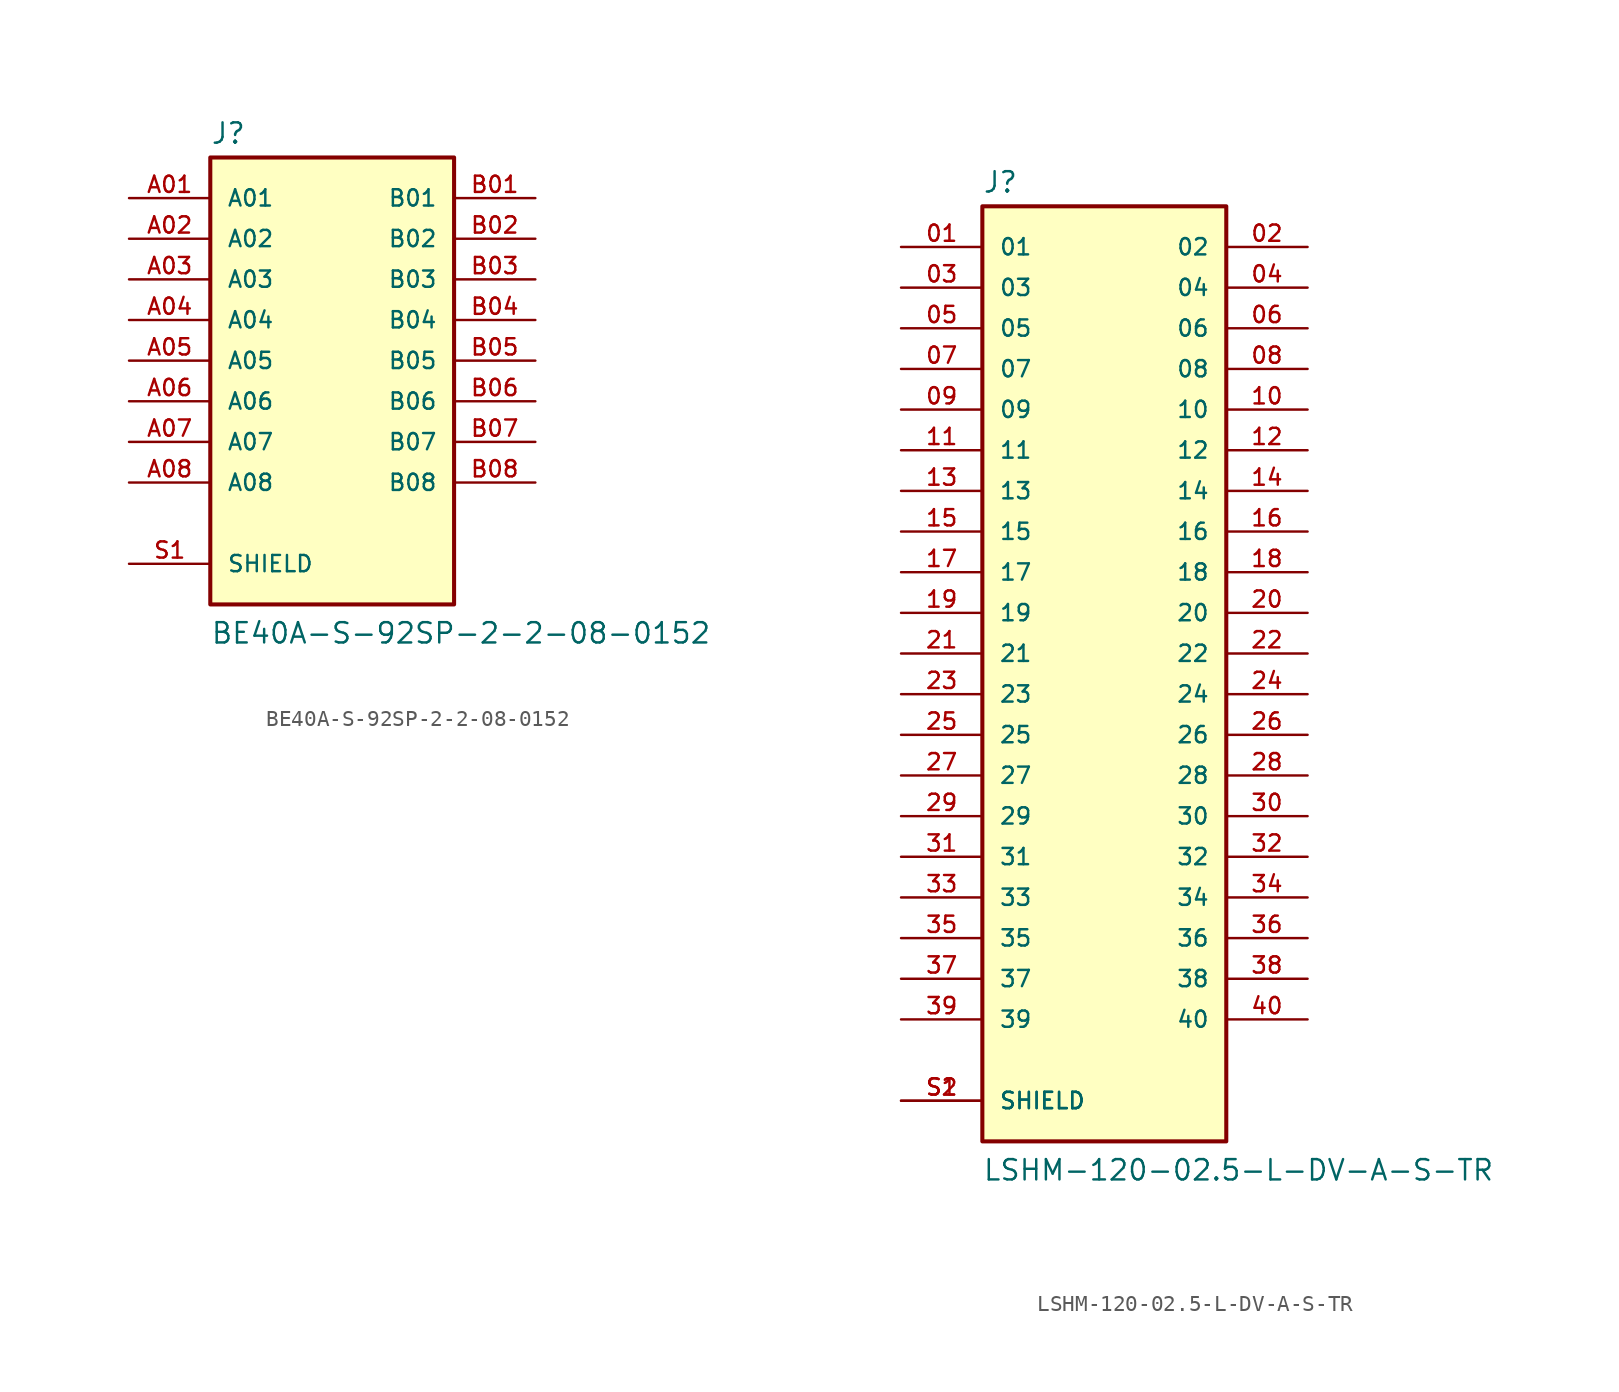
<source format=kicad_sym>
(kicad_symbol_lib
  (version 20220914)
  (generator kicad_symbol_editor)
  (symbol "BE40A-S-92SP-2-2-08-0152"
    (pin_names
      (offset 1.016))
    (property "Reference" "J"
      (at -7.62 13.462 0)
      (effects (font (size 1.27 1.27)) (justify left bottom)))
    (property "Value" "BE40A-S-92SP-2-2-08-0152"
      (at -7.62 -17.78 0)
      (effects (font (size 1.27 1.27)) (justify left bottom)))
    (symbol "BE40A-S-92SP-2-2-08-0152_0_0"
      (rectangle (start -7.62 -15.24) (end 7.62 12.7) (stroke (width 0.254) (type default)) (fill (type background)))
      (pin passive line (at -12.7 10.16 0) (length 5.08) (name "A01" (effects (font (size 1.016 1.016)))) (number "A01" (effects (font (size 1.016 1.016)))))
      (pin passive line (at -12.7 7.62 0) (length 5.08) (name "A02" (effects (font (size 1.016 1.016)))) (number "A02" (effects (font (size 1.016 1.016)))))
      (pin passive line (at -12.7 5.08 0) (length 5.08) (name "A03" (effects (font (size 1.016 1.016)))) (number "A03" (effects (font (size 1.016 1.016)))))
      (pin passive line (at -12.7 2.54 0) (length 5.08) (name "A04" (effects (font (size 1.016 1.016)))) (number "A04" (effects (font (size 1.016 1.016)))))
      (pin passive line (at -12.7 0 0) (length 5.08) (name "A05" (effects (font (size 1.016 1.016)))) (number "A05" (effects (font (size 1.016 1.016)))))
      (pin passive line (at -12.7 -2.54 0) (length 5.08) (name "A06" (effects (font (size 1.016 1.016)))) (number "A06" (effects (font (size 1.016 1.016)))))
      (pin passive line (at -12.7 -5.08 0) (length 5.08) (name "A07" (effects (font (size 1.016 1.016)))) (number "A07" (effects (font (size 1.016 1.016)))))
      (pin passive line (at -12.7 -7.62 0) (length 5.08) (name "A08" (effects (font (size 1.016 1.016)))) (number "A08" (effects (font (size 1.016 1.016)))))
      (pin passive line (at 12.7 10.16 180) (length 5.08) (name "B01" (effects (font (size 1.016 1.016)))) (number "B01" (effects (font (size 1.016 1.016)))))
      (pin passive line (at 12.7 7.62 180) (length 5.08) (name "B02" (effects (font (size 1.016 1.016)))) (number "B02" (effects (font (size 1.016 1.016)))))
      (pin passive line (at 12.7 5.08 180) (length 5.08) (name "B03" (effects (font (size 1.016 1.016)))) (number "B03" (effects (font (size 1.016 1.016)))))
      (pin passive line (at 12.7 2.54 180) (length 5.08) (name "B04" (effects (font (size 1.016 1.016)))) (number "B04" (effects (font (size 1.016 1.016)))))
      (pin passive line (at 12.7 0 180) (length 5.08) (name "B05" (effects (font (size 1.016 1.016)))) (number "B05" (effects (font (size 1.016 1.016)))))
      (pin passive line (at 12.7 -2.54 180) (length 5.08) (name "B06" (effects (font (size 1.016 1.016)))) (number "B06" (effects (font (size 1.016 1.016)))))
      (pin passive line (at 12.7 -5.08 180) (length 5.08) (name "B07" (effects (font (size 1.016 1.016)))) (number "B07" (effects (font (size 1.016 1.016)))))
      (pin passive line (at 12.7 -7.62 180) (length 5.08) (name "B08" (effects (font (size 1.016 1.016)))) (number "B08" (effects (font (size 1.016 1.016)))))
      (pin passive line (at -12.7 -12.7 0) (length 5.08) (name "SHIELD" (effects (font (size 1.016 1.016)))) (number "S1" (effects (font (size 1.016 1.016)))))))
  (symbol "LSHM-120-02.5-L-DV-A-S-TR"
    (pin_names
      (offset 1.016))
    (property "Reference" "J"
      (at -7.62 28.702 0)
      (effects (font (size 1.27 1.27)) (justify left bottom)))
    (property "Value" "LSHM-120-02.5-L-DV-A-S-TR"
      (at -7.62 -33.02 0)
      (effects (font (size 1.27 1.27)) (justify left bottom)))
    (symbol "LSHM-120-02.5-L-DV-A-S-TR_0_0"
      (rectangle (start -7.62 -30.48) (end 7.62 27.94) (stroke (width 0.254) (type default)) (fill (type background)))
      (pin passive line (at -12.7 25.4 0) (length 5.08) (name "01" (effects (font (size 1.016 1.016)))) (number "01" (effects (font (size 1.016 1.016)))))
      (pin passive line (at 12.7 25.4 180) (length 5.08) (name "02" (effects (font (size 1.016 1.016)))) (number "02" (effects (font (size 1.016 1.016)))))
      (pin passive line (at -12.7 22.86 0) (length 5.08) (name "03" (effects (font (size 1.016 1.016)))) (number "03" (effects (font (size 1.016 1.016)))))
      (pin passive line (at 12.7 22.86 180) (length 5.08) (name "04" (effects (font (size 1.016 1.016)))) (number "04" (effects (font (size 1.016 1.016)))))
      (pin passive line (at -12.7 20.32 0) (length 5.08) (name "05" (effects (font (size 1.016 1.016)))) (number "05" (effects (font (size 1.016 1.016)))))
      (pin passive line (at 12.7 20.32 180) (length 5.08) (name "06" (effects (font (size 1.016 1.016)))) (number "06" (effects (font (size 1.016 1.016)))))
      (pin passive line (at -12.7 17.78 0) (length 5.08) (name "07" (effects (font (size 1.016 1.016)))) (number "07" (effects (font (size 1.016 1.016)))))
      (pin passive line (at 12.7 17.78 180) (length 5.08) (name "08" (effects (font (size 1.016 1.016)))) (number "08" (effects (font (size 1.016 1.016)))))
      (pin passive line (at -12.7 15.24 0) (length 5.08) (name "09" (effects (font (size 1.016 1.016)))) (number "09" (effects (font (size 1.016 1.016)))))
      (pin passive line (at 12.7 15.24 180) (length 5.08) (name "10" (effects (font (size 1.016 1.016)))) (number "10" (effects (font (size 1.016 1.016)))))
      (pin passive line (at -12.7 12.7 0) (length 5.08) (name "11" (effects (font (size 1.016 1.016)))) (number "11" (effects (font (size 1.016 1.016)))))
      (pin passive line (at 12.7 12.7 180) (length 5.08) (name "12" (effects (font (size 1.016 1.016)))) (number "12" (effects (font (size 1.016 1.016)))))
      (pin passive line (at -12.7 10.16 0) (length 5.08) (name "13" (effects (font (size 1.016 1.016)))) (number "13" (effects (font (size 1.016 1.016)))))
      (pin passive line (at 12.7 10.16 180) (length 5.08) (name "14" (effects (font (size 1.016 1.016)))) (number "14" (effects (font (size 1.016 1.016)))))
      (pin passive line (at -12.7 7.62 0) (length 5.08) (name "15" (effects (font (size 1.016 1.016)))) (number "15" (effects (font (size 1.016 1.016)))))
      (pin passive line (at 12.7 7.62 180) (length 5.08) (name "16" (effects (font (size 1.016 1.016)))) (number "16" (effects (font (size 1.016 1.016)))))
      (pin passive line (at -12.7 5.08 0) (length 5.08) (name "17" (effects (font (size 1.016 1.016)))) (number "17" (effects (font (size 1.016 1.016)))))
      (pin passive line (at 12.7 5.08 180) (length 5.08) (name "18" (effects (font (size 1.016 1.016)))) (number "18" (effects (font (size 1.016 1.016)))))
      (pin passive line (at -12.7 2.54 0) (length 5.08) (name "19" (effects (font (size 1.016 1.016)))) (number "19" (effects (font (size 1.016 1.016)))))
      (pin passive line (at 12.7 2.54 180) (length 5.08) (name "20" (effects (font (size 1.016 1.016)))) (number "20" (effects (font (size 1.016 1.016)))))
      (pin passive line (at -12.7 0 0) (length 5.08) (name "21" (effects (font (size 1.016 1.016)))) (number "21" (effects (font (size 1.016 1.016)))))
      (pin passive line (at 12.7 0 180) (length 5.08) (name "22" (effects (font (size 1.016 1.016)))) (number "22" (effects (font (size 1.016 1.016)))))
      (pin passive line (at -12.7 -2.54 0) (length 5.08) (name "23" (effects (font (size 1.016 1.016)))) (number "23" (effects (font (size 1.016 1.016)))))
      (pin passive line (at 12.7 -2.54 180) (length 5.08) (name "24" (effects (font (size 1.016 1.016)))) (number "24" (effects (font (size 1.016 1.016)))))
      (pin passive line (at -12.7 -5.08 0) (length 5.08) (name "25" (effects (font (size 1.016 1.016)))) (number "25" (effects (font (size 1.016 1.016)))))
      (pin passive line (at 12.7 -5.08 180) (length 5.08) (name "26" (effects (font (size 1.016 1.016)))) (number "26" (effects (font (size 1.016 1.016)))))
      (pin passive line (at -12.7 -7.62 0) (length 5.08) (name "27" (effects (font (size 1.016 1.016)))) (number "27" (effects (font (size 1.016 1.016)))))
      (pin passive line (at 12.7 -7.62 180) (length 5.08) (name "28" (effects (font (size 1.016 1.016)))) (number "28" (effects (font (size 1.016 1.016)))))
      (pin passive line (at -12.7 -10.16 0) (length 5.08) (name "29" (effects (font (size 1.016 1.016)))) (number "29" (effects (font (size 1.016 1.016)))))
      (pin passive line (at 12.7 -10.16 180) (length 5.08) (name "30" (effects (font (size 1.016 1.016)))) (number "30" (effects (font (size 1.016 1.016)))))
      (pin passive line (at -12.7 -12.7 0) (length 5.08) (name "31" (effects (font (size 1.016 1.016)))) (number "31" (effects (font (size 1.016 1.016)))))
      (pin passive line (at 12.7 -12.7 180) (length 5.08) (name "32" (effects (font (size 1.016 1.016)))) (number "32" (effects (font (size 1.016 1.016)))))
      (pin passive line (at -12.7 -15.24 0) (length 5.08) (name "33" (effects (font (size 1.016 1.016)))) (number "33" (effects (font (size 1.016 1.016)))))
      (pin passive line (at 12.7 -15.24 180) (length 5.08) (name "34" (effects (font (size 1.016 1.016)))) (number "34" (effects (font (size 1.016 1.016)))))
      (pin passive line (at -12.7 -17.78 0) (length 5.08) (name "35" (effects (font (size 1.016 1.016)))) (number "35" (effects (font (size 1.016 1.016)))))
      (pin passive line (at 12.7 -17.78 180) (length 5.08) (name "36" (effects (font (size 1.016 1.016)))) (number "36" (effects (font (size 1.016 1.016)))))
      (pin passive line (at -12.7 -20.32 0) (length 5.08) (name "37" (effects (font (size 1.016 1.016)))) (number "37" (effects (font (size 1.016 1.016)))))
      (pin passive line (at 12.7 -20.32 180) (length 5.08) (name "38" (effects (font (size 1.016 1.016)))) (number "38" (effects (font (size 1.016 1.016)))))
      (pin passive line (at -12.7 -22.86 0) (length 5.08) (name "39" (effects (font (size 1.016 1.016)))) (number "39" (effects (font (size 1.016 1.016)))))
      (pin passive line (at 12.7 -22.86 180) (length 5.08) (name "40" (effects (font (size 1.016 1.016)))) (number "40" (effects (font (size 1.016 1.016)))))
      (pin passive line (at -12.7 -27.94 0) (length 5.08) (name "SHIELD" (effects (font (size 1.016 1.016)))) (number "S1" (effects (font (size 1.016 1.016)))))
      (pin passive line (at -12.7 -27.94 0) (length 5.08) (name "SHIELD" (effects (font (size 1.016 1.016)))) (number "S2" (effects (font (size 1.016 1.016))))))))
</source>
